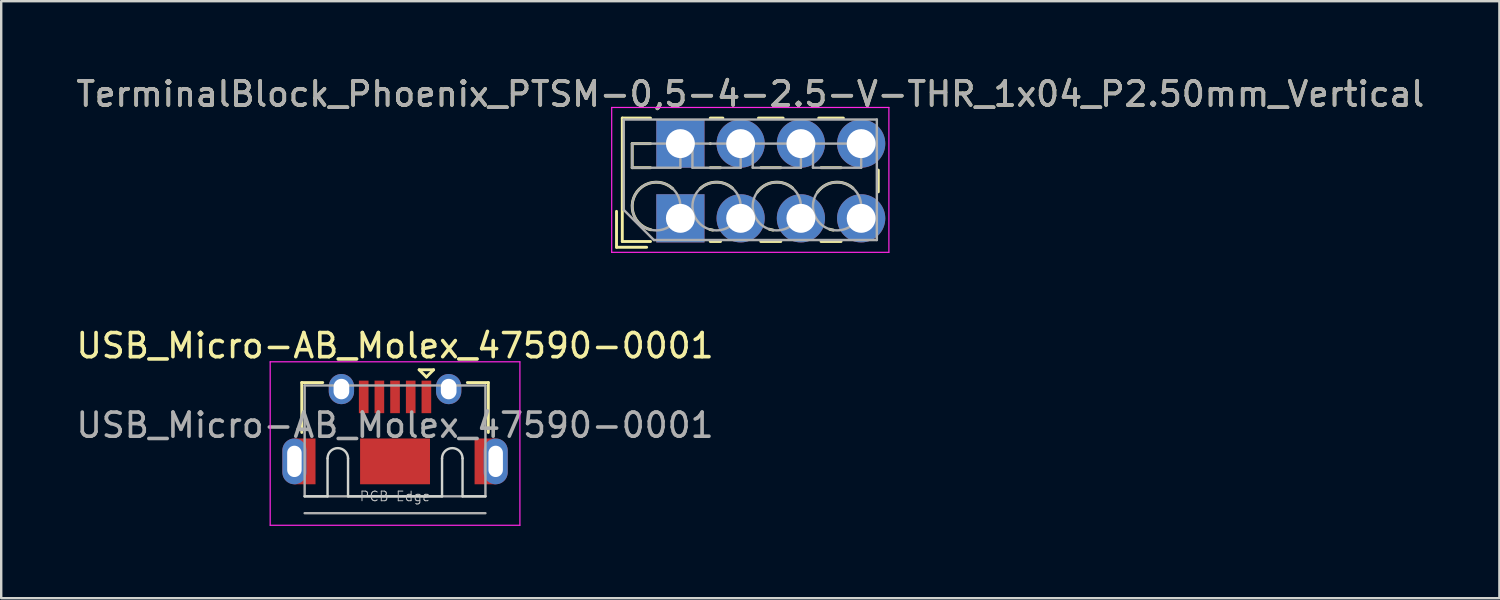
<source format=kicad_pcb>
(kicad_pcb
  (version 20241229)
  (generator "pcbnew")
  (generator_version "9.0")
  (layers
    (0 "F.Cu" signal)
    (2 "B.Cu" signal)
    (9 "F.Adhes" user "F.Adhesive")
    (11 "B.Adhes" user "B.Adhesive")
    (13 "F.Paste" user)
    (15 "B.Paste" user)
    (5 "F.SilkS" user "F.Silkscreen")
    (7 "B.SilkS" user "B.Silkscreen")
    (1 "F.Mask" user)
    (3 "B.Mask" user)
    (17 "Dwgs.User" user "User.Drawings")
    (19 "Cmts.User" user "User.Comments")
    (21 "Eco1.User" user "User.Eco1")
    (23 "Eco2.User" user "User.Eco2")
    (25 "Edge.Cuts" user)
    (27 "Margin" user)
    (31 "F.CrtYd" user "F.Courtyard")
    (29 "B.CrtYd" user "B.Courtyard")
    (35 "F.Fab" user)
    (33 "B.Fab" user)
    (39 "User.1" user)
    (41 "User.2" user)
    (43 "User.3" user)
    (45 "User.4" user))
  (footprint "USB_Micro-AB_Molex_47590-0001"
    (layer "F.Cu")
    (at 13.339 16.091)
    (property "Reference" "USB_Micro-AB_Molex_47590-0001" (at 0 -4.8 180) (layer "F.SilkS") (effects (font (size 1 1) (thickness 0.15))))
    (attr smd)
    (fp_line (start -3.87 -3.27) (end -3.87 -1.2) (stroke (width 0.12) (type solid)) (layer "F.SilkS"))
    (fp_line (start -3.87 -3.27) (end -3 -3.27) (stroke (width 0.12) (type solid)) (layer "F.SilkS"))
    (fp_line (start 1 -3.8) (end 1.6 -3.8) (stroke (width 0.12) (type solid)) (layer "F.SilkS"))
    (fp_line (start 1.3 -3.5) (end 1 -3.8) (stroke (width 0.12) (type solid)) (layer "F.SilkS"))
    (fp_line (start 1.3 -3.5) (end 1.6 -3.8) (stroke (width 0.12) (type solid)) (layer "F.SilkS"))
    (fp_line (start 3 -3.27) (end 3.87 -3.27) (stroke (width 0.12) (type solid)) (layer "F.SilkS"))
    (fp_line (start 3.87 -3.27) (end 3.87 -1.2) (stroke (width 0.12) (type solid)) (layer "F.SilkS"))
    (fp_line (start -3.75 1.45) (end -2.8 1.45) (stroke (width 0.1) (type solid)) (layer "Edge.Cuts"))
    (fp_line (start -2.8 -0.125) (end -2.8 1.45) (stroke (width 0.1) (type solid)) (layer "Edge.Cuts"))
    (fp_line (start -1.95 -0.125) (end -1.95 1.45) (stroke (width 0.1) (type solid)) (layer "Edge.Cuts"))
    (fp_line (start -1.95 1.45) (end 1.95 1.45) (stroke (width 0.1) (type solid)) (layer "Edge.Cuts"))
    (fp_line (start 1.95 -0.125) (end 1.95 1.45) (stroke (width 0.1) (type solid)) (layer "Edge.Cuts"))
    (fp_line (start 2.8 -0.125) (end 2.8 1.45) (stroke (width 0.1) (type solid)) (layer "Edge.Cuts"))
    (fp_line (start 2.8 1.45) (end 3.75 1.45) (stroke (width 0.1) (type solid)) (layer "Edge.Cuts"))
    (fp_arc (start -2.8 -0.125) (mid -2.375 -0.55) (end -1.95 -0.125) (stroke (width 0.1) (type solid)) (layer "Edge.Cuts"))
    (fp_arc (start 1.95 -0.125) (mid 2.375 -0.55) (end 2.8 -0.125) (stroke (width 0.1) (type solid)) (layer "Edge.Cuts"))
    (fp_line (start -5.18 -4.13) (end -5.18 2.65) (stroke (width 0.05) (type solid)) (layer "F.CrtYd"))
    (fp_line (start -5.18 -4.13) (end 5.18 -4.13) (stroke (width 0.05) (type solid)) (layer "F.CrtYd"))
    (fp_line (start -5.18 2.65) (end 5.18 2.65) (stroke (width 0.05) (type solid)) (layer "F.CrtYd"))
    (fp_line (start 5.18 -4.13) (end 5.18 2.65) (stroke (width 0.05) (type solid)) (layer "F.CrtYd"))
    (fp_line (start -3.75 -3.15) (end -3.75 1.45) (stroke (width 0.1) (type solid)) (layer "F.Fab"))
    (fp_line (start -3.75 -3.15) (end 3.75 -3.15) (stroke (width 0.1) (type solid)) (layer "F.Fab"))
    (fp_line (start -3.75 1.45) (end 3.75 1.45) (stroke (width 0.1) (type solid)) (layer "F.Fab"))
    (fp_line (start -3.75 2.15) (end 3.75 2.15) (stroke (width 0.1) (type solid)) (layer "F.Fab"))
    (fp_line (start 3.75 -3.15) (end 3.75 1.45) (stroke (width 0.1) (type solid)) (layer "F.Fab"))
    (fp_text user "PCB Edge" (at 0 1.45 0) (layer "Dwgs.User") (effects (font (size 0.4 0.4) (thickness 0.04))))
    (fp_text user "${REFERENCE}" (at 0 -1.5 0) (layer "F.Fab") (effects (font (size 1 1) (thickness 0.15))))
    (pad "" smd rect (at -3.5 0) (size 0.3 0.85) (layers "F.Paste"))
    (pad "" smd rect (at 3.5 0) (size 0.3 0.85) (layers "F.Paste"))
    (pad "1" smd rect (at 1.3 -2.675) (size 0.4 1.35) (layers "F.Cu" "F.Mask" "F.Paste"))
    (pad "2" smd rect (at 0.65 -2.675) (size 0.4 1.35) (layers "F.Cu" "F.Mask" "F.Paste"))
    (pad "3" smd rect (at 0 -2.675) (size 0.4 1.35) (layers "F.Cu" "F.Mask" "F.Paste"))
    (pad "4" smd rect (at -0.65 -2.675) (size 0.4 1.35) (layers "F.Cu" "F.Mask" "F.Paste"))
    (pad "5" smd rect (at -1.3 -2.675) (size 0.4 1.35) (layers "F.Cu" "F.Mask" "F.Paste"))
    (pad "6" thru_hole oval (at -4.175 0) (size 1 1.9) (drill oval 0.6 1.3) (property pad_prop_heatsink) (layers "*.Cu" "*.Mask"))
    (pad "6" smd rect (at -3.737 0) (size 0.875 1.9) (layers "F.Cu" "F.Mask"))
    (pad "6" thru_hole oval (at -2.225 -3) (size 1.05 1.25) (drill oval 0.65 0.85) (property pad_prop_heatsink) (layers "*.Cu" "*.Mask"))
    (pad "6" smd rect (at 0 0) (size 2.9 1.9) (layers "F.Cu" "F.Mask" "F.Paste"))
    (pad "6" thru_hole oval (at 2.225 -3) (size 1.05 1.25) (drill oval 0.65 0.85) (property pad_prop_heatsink) (layers "*.Cu" "*.Mask"))
    (pad "6" smd rect (at 3.737 0) (size 0.875 1.9) (layers "F.Cu" "F.Mask"))
    (pad "6" thru_hole oval (at 4.175 0) (size 1 1.9) (drill oval 0.6 1.3) (property pad_prop_heatsink) (layers "*.Cu" "*.Mask")))
  (footprint "TerminalBlock_Phoenix_PTSM-0,5-4-2.5-V-THR_1x04_P2.50mm_Vertical"
    (layer "F.Cu")
    (at 25.177 6.008)
    (property "Reference" "TerminalBlock_Phoenix_PTSM-0,5-4-2.5-V-THR_1x04_P2.50mm_Vertical" (at 2.9 -5.16 0) (layer "F.SilkS") (effects (font (size 1 1) (thickness 0.15))))
    (attr through_hole)
    (fp_line (start -2.65 -0.29) (end -2.65 1.2) (stroke (width 0.12) (type solid)) (layer "F.SilkS"))
    (fp_line (start -2.65 1.2) (end -1.4 1.2) (stroke (width 0.12) (type solid)) (layer "F.SilkS"))
    (fp_line (start -2.41 -4.16) (end -2.41 0.961) (stroke (width 0.12) (type solid)) (layer "F.SilkS"))
    (fp_line (start -2.41 -4.16) (end -1.24 -4.16) (stroke (width 0.12) (type solid)) (layer "F.SilkS"))
    (fp_line (start -2.41 0.961) (end -1.24 0.961) (stroke (width 0.12) (type solid)) (layer "F.SilkS"))
    (fp_line (start -2 -3.1) (end -2 -2.1) (stroke (width 0.12) (type solid)) (layer "F.SilkS"))
    (fp_line (start -2 -3.1) (end -1.24 -3.1) (stroke (width 0.12) (type solid)) (layer "F.SilkS"))
    (fp_line (start -2 -2.1) (end -1.24 -2.1) (stroke (width 0.12) (type solid)) (layer "F.SilkS"))
    (fp_line (start 1.24 -4.16) (end 1.763 -4.16) (stroke (width 0.12) (type solid)) (layer "F.SilkS"))
    (fp_line (start 1.24 -3.1) (end 1.245 -3.1) (stroke (width 0.12) (type solid)) (layer "F.SilkS"))
    (fp_line (start 1.24 -2.1) (end 1.665 -2.1) (stroke (width 0.12) (type solid)) (layer "F.SilkS"))
    (fp_line (start 1.24 0.961) (end 1.665 0.961) (stroke (width 0.12) (type solid)) (layer "F.SilkS"))
    (fp_line (start 3.238 -4.16) (end 4.263 -4.16) (stroke (width 0.12) (type solid)) (layer "F.SilkS"))
    (fp_line (start 3.336 -2.1) (end 4.165 -2.1) (stroke (width 0.12) (type solid)) (layer "F.SilkS"))
    (fp_line (start 3.336 0.961) (end 4.165 0.961) (stroke (width 0.12) (type solid)) (layer "F.SilkS"))
    (fp_line (start 5.738 -4.16) (end 6.763 -4.16) (stroke (width 0.12) (type solid)) (layer "F.SilkS"))
    (fp_line (start 5.836 -2.1) (end 6.665 -2.1) (stroke (width 0.12) (type solid)) (layer "F.SilkS"))
    (fp_line (start 5.836 0.961) (end 6.665 0.961) (stroke (width 0.12) (type solid)) (layer "F.SilkS"))
    (fp_line (start 8.21 -2) (end 8.21 -1.1) (stroke (width 0.12) (type solid)) (layer "F.SilkS"))
    (fp_arc (start -1.224629 0.474931) (mid -1.883573 -0.969306) (end -0.318 -1.232) (stroke (width 0.12) (type solid)) (layer "F.SilkS"))
    (fp_arc (start 0.817811 -1.23232) (mid 1.483053 -1.500693) (end 2.157 -1.255) (stroke (width 0.12) (type solid)) (layer "F.SilkS"))
    (fp_arc (start 1.344288 0.488343) (mid 1.284242 0.476994) (end 1.225 0.462) (stroke (width 0.12) (type solid)) (layer "F.SilkS"))
    (fp_arc (start 3.190612 -1.088697) (mid 3.887218 -1.494461) (end 4.657 -1.255) (stroke (width 0.12) (type solid)) (layer "F.SilkS"))
    (fp_arc (start 3.84373 0.488618) (mid 3.766646 0.47331) (end 3.691 0.452) (stroke (width 0.12) (type solid)) (layer "F.SilkS"))
    (fp_arc (start 5.690612 -1.088697) (mid 6.387218 -1.494461) (end 7.157 -1.255) (stroke (width 0.12) (type solid)) (layer "F.SilkS"))
    (fp_arc (start 6.34373 0.488618) (mid 6.266646 0.47331) (end 6.191 0.452) (stroke (width 0.12) (type solid)) (layer "F.SilkS"))
    (fp_line (start -2.85 -4.6) (end -2.85 1.41) (stroke (width 0.05) (type solid)) (layer "F.CrtYd"))
    (fp_line (start -2.85 1.41) (end 8.65 1.41) (stroke (width 0.05) (type solid)) (layer "F.CrtYd"))
    (fp_line (start 8.65 -4.6) (end -2.85 -4.6) (stroke (width 0.05) (type solid)) (layer "F.CrtYd"))
    (fp_line (start 8.65 1.41) (end 8.65 -4.6) (stroke (width 0.05) (type solid)) (layer "F.CrtYd"))
    (fp_line (start -2.35 -4.1) (end 8.15 -4.1) (stroke (width 0.1) (type solid)) (layer "F.Fab"))
    (fp_line (start -2.35 -0.35) (end -2.35 -4.1) (stroke (width 0.1) (type solid)) (layer "F.Fab"))
    (fp_line (start -2 -3.1) (end -2 -2.1) (stroke (width 0.1) (type solid)) (layer "F.Fab"))
    (fp_line (start -2 -2.1) (end 0 -2.1) (stroke (width 0.1) (type solid)) (layer "F.Fab"))
    (fp_line (start -1.1 0.9) (end -2.35 -0.35) (stroke (width 0.1) (type solid)) (layer "F.Fab"))
    (fp_line (start 0 -3.1) (end -2 -3.1) (stroke (width 0.1) (type solid)) (layer "F.Fab"))
    (fp_line (start 0 -2.1) (end 0 -3.1) (stroke (width 0.1) (type solid)) (layer "F.Fab"))
    (fp_line (start 0.5 -3.1) (end 0.5 -2.1) (stroke (width 0.1) (type solid)) (layer "F.Fab"))
    (fp_line (start 0.5 -2.1) (end 2.5 -2.1) (stroke (width 0.1) (type solid)) (layer "F.Fab"))
    (fp_line (start 2.5 -3.1) (end 0.5 -3.1) (stroke (width 0.1) (type solid)) (layer "F.Fab"))
    (fp_line (start 2.5 -2.1) (end 2.5 -3.1) (stroke (width 0.1) (type solid)) (layer "F.Fab"))
    (fp_line (start 3 -3.1) (end 3 -2.1) (stroke (width 0.1) (type solid)) (layer "F.Fab"))
    (fp_line (start 3 -2.1) (end 5 -2.1) (stroke (width 0.1) (type solid)) (layer "F.Fab"))
    (fp_line (start 5 -3.1) (end 3 -3.1) (stroke (width 0.1) (type solid)) (layer "F.Fab"))
    (fp_line (start 5 -2.1) (end 5 -3.1) (stroke (width 0.1) (type solid)) (layer "F.Fab"))
    (fp_line (start 5.5 -3.1) (end 5.5 -2.1) (stroke (width 0.1) (type solid)) (layer "F.Fab"))
    (fp_line (start 5.5 -2.1) (end 7.5 -2.1) (stroke (width 0.1) (type solid)) (layer "F.Fab"))
    (fp_line (start 7.5 -3.1) (end 5.5 -3.1) (stroke (width 0.1) (type solid)) (layer "F.Fab"))
    (fp_line (start 7.5 -2.1) (end 7.5 -3.1) (stroke (width 0.1) (type solid)) (layer "F.Fab"))
    (fp_line (start 8.15 -4.1) (end 8.15 0.9) (stroke (width 0.1) (type solid)) (layer "F.Fab"))
    (fp_line (start 8.15 0.9) (end -1.1 0.9) (stroke (width 0.1) (type solid)) (layer "F.Fab"))
    (fp_circle (center -1 -0.5) (end 0 -0.5) (stroke (width 0.1) (type solid)) (fill no) (layer "F.Fab"))
    (fp_circle (center 1.5 -0.5) (end 2.5 -0.5) (stroke (width 0.1) (type solid)) (fill no) (layer "F.Fab"))
    (fp_circle (center 4 -0.5) (end 5 -0.5) (stroke (width 0.1) (type solid)) (fill no) (layer "F.Fab"))
    (fp_circle (center 6.5 -0.5) (end 7.5 -0.5) (stroke (width 0.1) (type solid)) (fill no) (layer "F.Fab"))
    (fp_text user "${REFERENCE}" (at 2.9 -5.16 0) (layer "F.Fab") (effects (font (size 1 1) (thickness 0.15))))
    (pad "1" thru_hole rect (at 0 -3.1) (size 2 2) (drill 1.2) (layers "*.Cu" "*.Mask"))
    (pad "1" thru_hole rect (at 0 0) (size 2 2) (drill 1.2) (layers "*.Cu" "*.Mask"))
    (pad "2" thru_hole circle (at 2.5 -3.1) (size 2 2) (drill 1.2) (layers "*.Cu" "*.Mask"))
    (pad "2" thru_hole circle (at 2.5 0) (size 2 2) (drill 1.2) (layers "*.Cu" "*.Mask"))
    (pad "3" thru_hole circle (at 5 -3.1) (size 2 2) (drill 1.2) (layers "*.Cu" "*.Mask"))
    (pad "3" thru_hole circle (at 5 0) (size 2 2) (drill 1.2) (layers "*.Cu" "*.Mask"))
    (pad "4" thru_hole circle (at 7.5 -3.1) (size 2 2) (drill 1.2) (layers "*.Cu" "*.Mask"))
    (pad "4" thru_hole circle (at 7.5 0) (size 2 2) (drill 1.2) (layers "*.Cu" "*.Mask")))
  (gr_rect
    (start -3 -3)
    (end 59.155 21.767)
    (stroke (width 0.1) (type default))
    (fill no)
    (layer "Edge.Cuts")))
</source>
